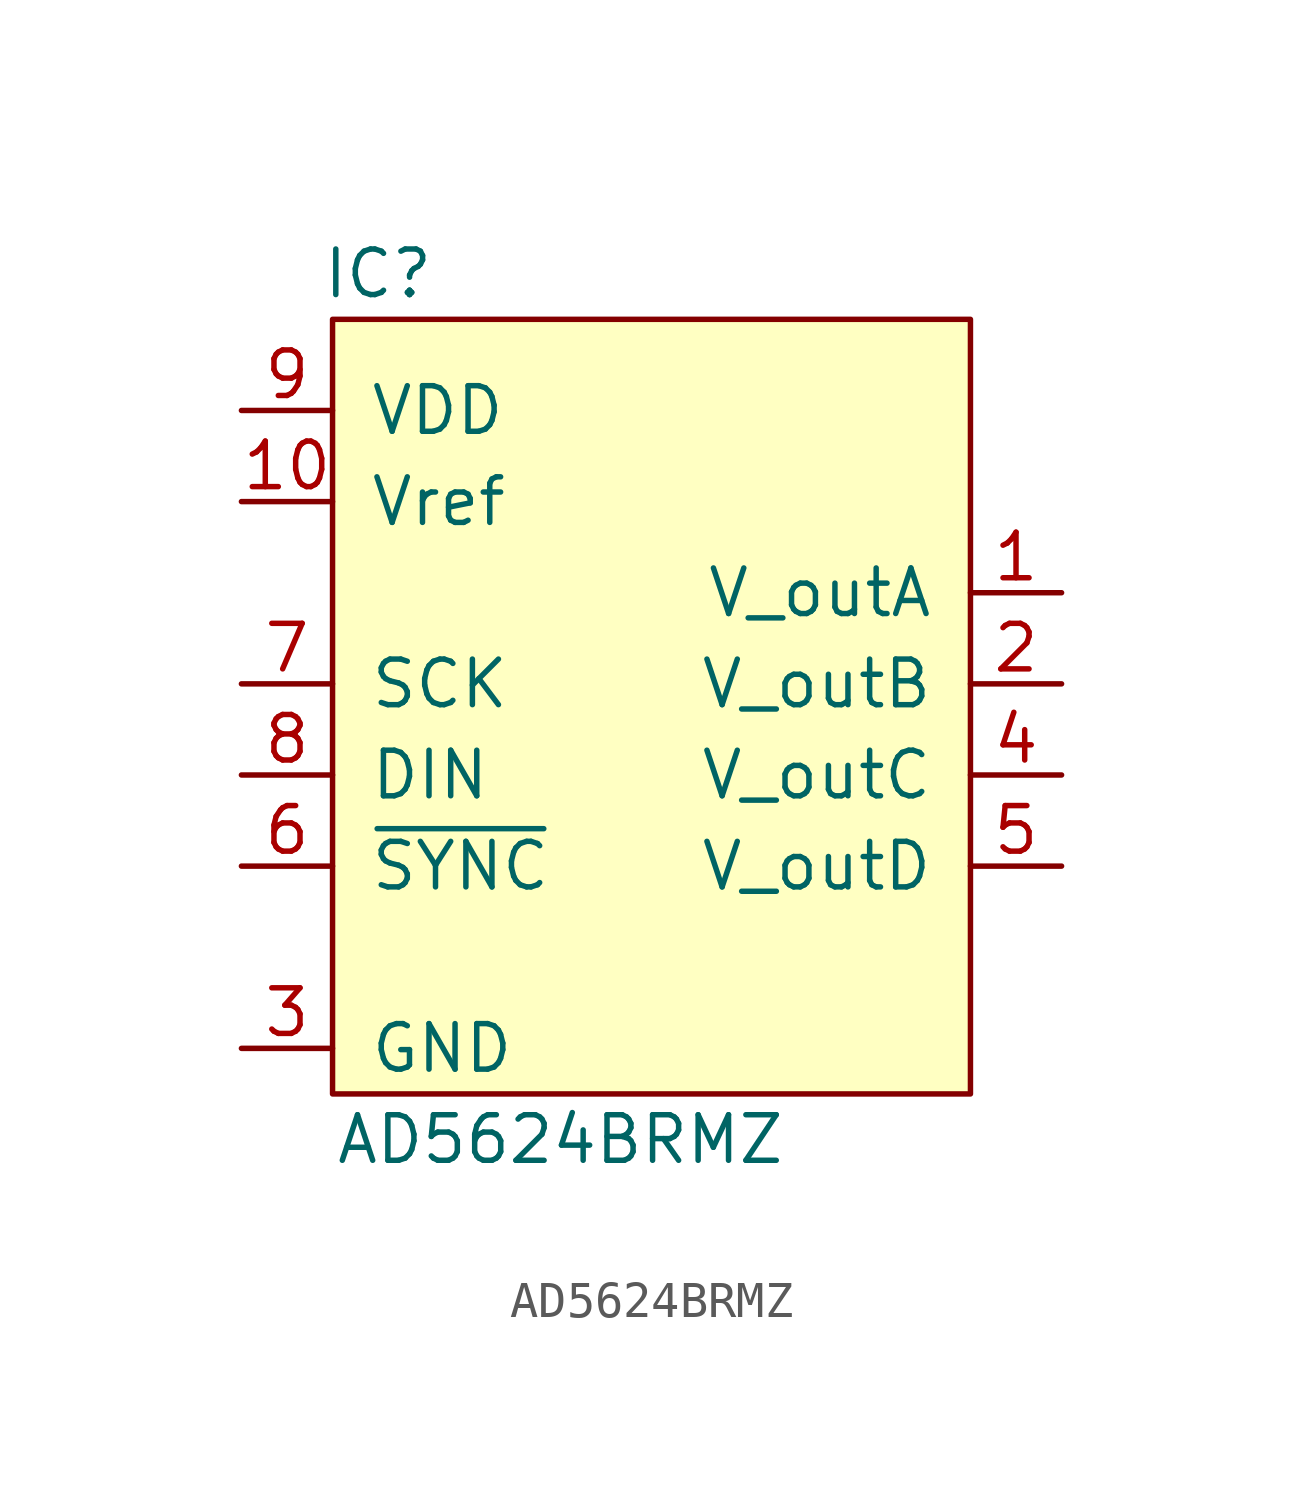
<source format=kicad_sym>
(kicad_symbol_lib
  (version 20220914)
  (generator kicad_symbol_editor)
  (symbol "AD5624BRMZ"
    (pin_names
      (offset 1.016))
    (property "Reference" "IC"
      (at -7.62 13.97 0)
      (effects (font (size 1.27 1.27))))
    (property "Value" "AD5624BRMZ"
      (at -2.54 -10.16 0)
      (effects (font (size 1.27 1.27))))
    (symbol "AD5624BRMZ_0_1"
      (rectangle (start -8.89 12.7) (end 8.89 -8.89) (stroke (width 0) (type default)) (fill (type background))))
    (symbol "AD5624BRMZ_1_1"
      (pin output line (at 11.43 5.08 180) (length 2.54) (name "V_outA" (effects (font (size 1.27 1.27)))) (number "1" (effects (font (size 1.27 1.27)))))
      (pin passive line (at -11.43 7.62 0) (length 2.54) (name "Vref" (effects (font (size 1.27 1.27)))) (number "10" (effects (font (size 1.27 1.27)))))
      (pin output line (at 11.43 2.54 180) (length 2.54) (name "V_outB" (effects (font (size 1.27 1.27)))) (number "2" (effects (font (size 1.27 1.27)))))
      (pin power_in line (at -11.43 -7.62 0) (length 2.54) (name "GND" (effects (font (size 1.27 1.27)))) (number "3" (effects (font (size 1.27 1.27)))))
      (pin output line (at 11.43 0 180) (length 2.54) (name "V_outC" (effects (font (size 1.27 1.27)))) (number "4" (effects (font (size 1.27 1.27)))))
      (pin output line (at 11.43 -2.54 180) (length 2.54) (name "V_outD" (effects (font (size 1.27 1.27)))) (number "5" (effects (font (size 1.27 1.27)))))
      (pin input line (at -11.43 -2.54 0) (length 2.54) (name "~{SYNC}" (effects (font (size 1.27 1.27)))) (number "6" (effects (font (size 1.27 1.27)))))
      (pin input line (at -11.43 2.54 0) (length 2.54) (name "SCK" (effects (font (size 1.27 1.27)))) (number "7" (effects (font (size 1.27 1.27)))))
      (pin input line (at -11.43 0 0) (length 2.54) (name "DIN" (effects (font (size 1.27 1.27)))) (number "8" (effects (font (size 1.27 1.27)))))
      (pin power_in line (at -11.43 10.16 0) (length 2.54) (name "VDD" (effects (font (size 1.27 1.27)))) (number "9" (effects (font (size 1.27 1.27))))))))
</source>
